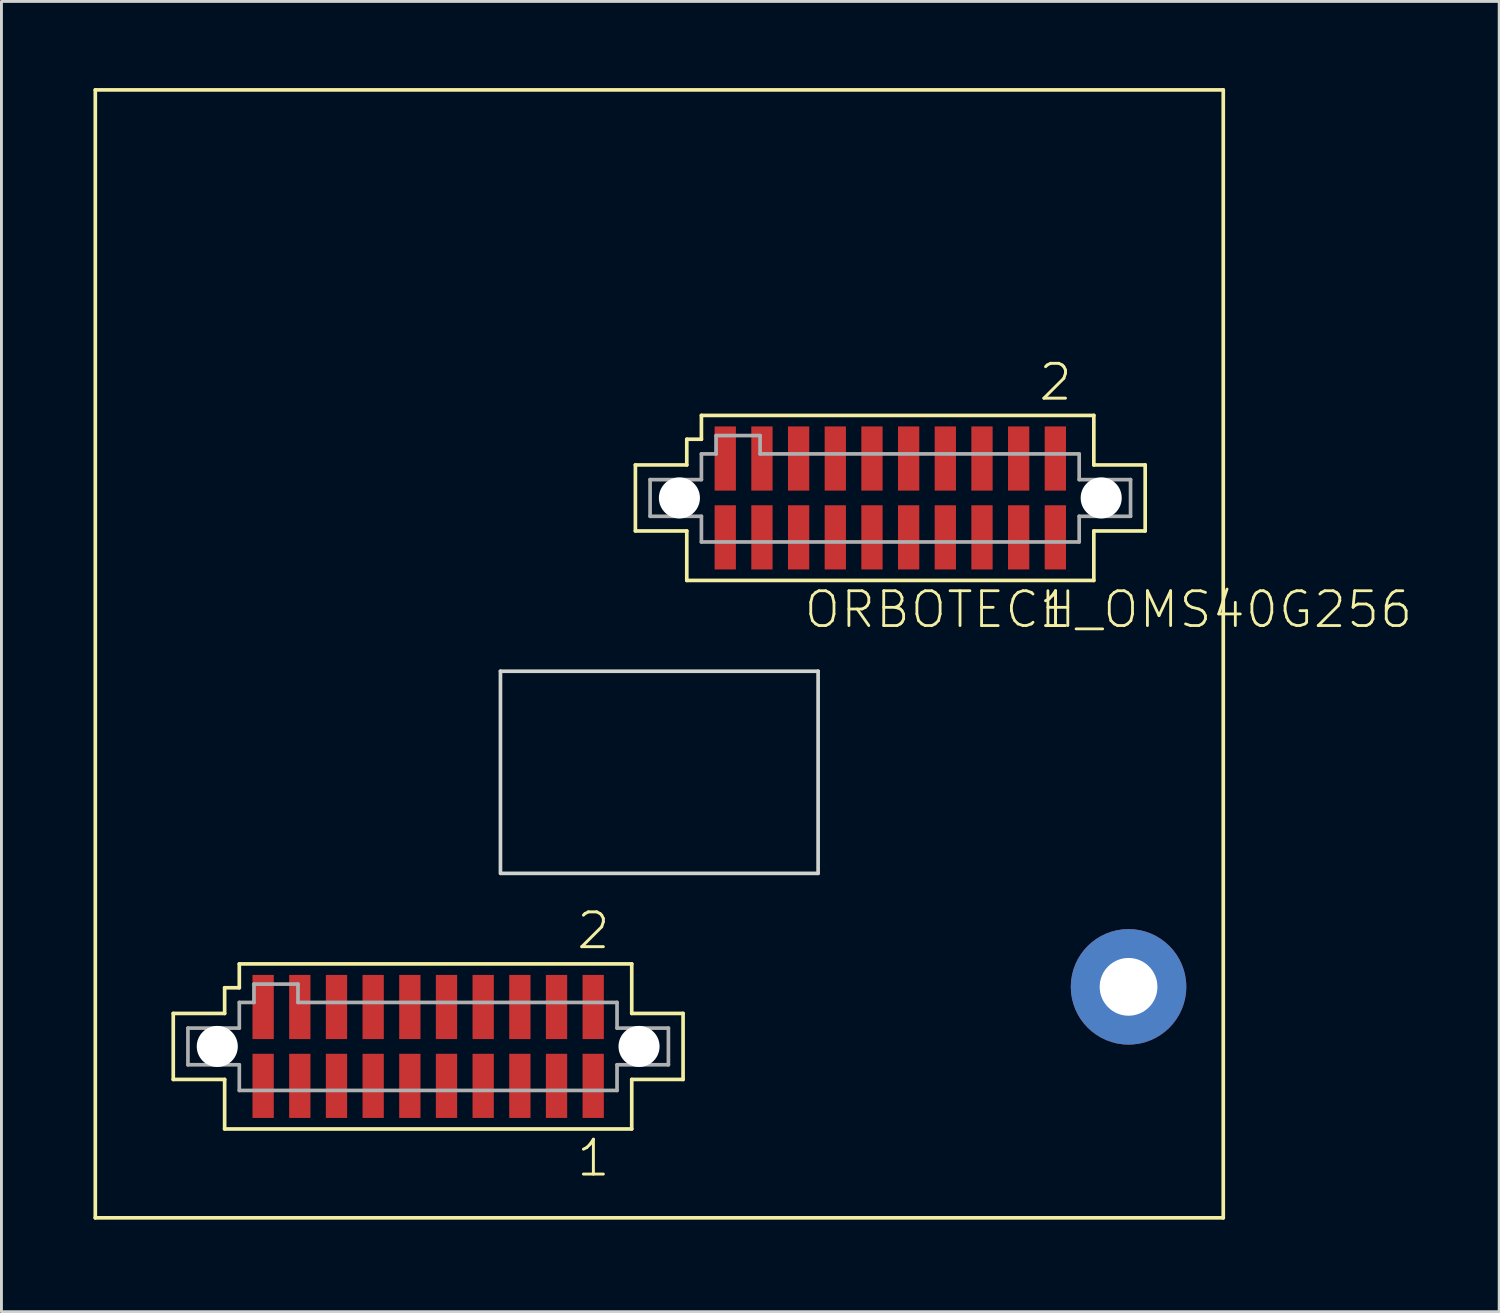
<source format=kicad_pcb>
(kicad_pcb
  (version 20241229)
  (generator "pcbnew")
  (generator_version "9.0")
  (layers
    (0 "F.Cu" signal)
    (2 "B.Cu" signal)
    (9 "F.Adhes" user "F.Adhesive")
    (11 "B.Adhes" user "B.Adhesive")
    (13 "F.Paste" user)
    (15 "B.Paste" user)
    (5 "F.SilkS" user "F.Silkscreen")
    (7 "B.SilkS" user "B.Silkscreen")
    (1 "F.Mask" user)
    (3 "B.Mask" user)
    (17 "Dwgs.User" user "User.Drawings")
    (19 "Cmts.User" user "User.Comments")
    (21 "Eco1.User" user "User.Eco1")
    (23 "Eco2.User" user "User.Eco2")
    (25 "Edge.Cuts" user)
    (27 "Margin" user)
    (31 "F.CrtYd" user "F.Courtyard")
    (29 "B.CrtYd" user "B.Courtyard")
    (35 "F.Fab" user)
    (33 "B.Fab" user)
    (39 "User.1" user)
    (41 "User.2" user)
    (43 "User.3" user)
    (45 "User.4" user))
  (footprint "ORBOTECH_OMS40G256"
    (layer "F.Cu")
    (at 0.25 39.123)
    (property "Reference" "ORBOTECH_OMS40G256" (at 24.482 -20.358 180) (layer "F.SilkS") (effects (font (size 1.206 1.206) (thickness 0.097)) (justify left bottom)))
    (attr through_hole)
    (fp_line (start 0 -39.06) (end 0 0) (stroke (width 0.127) (type solid)) (layer "F.SilkS"))
    (fp_line (start 0 0) (end 39.06 0) (stroke (width 0.127) (type solid)) (layer "F.SilkS"))
    (fp_line (start 2.7 -7.079) (end 4.479 -7.079) (stroke (width 0.127) (type solid)) (layer "F.SilkS"))
    (fp_line (start 2.7 -4.793) (end 2.7 -7.079) (stroke (width 0.127) (type solid)) (layer "F.SilkS"))
    (fp_line (start 4.479 -7.968) (end 4.987 -7.968) (stroke (width 0.127) (type solid)) (layer "F.SilkS"))
    (fp_line (start 4.479 -7.079) (end 4.479 -7.968) (stroke (width 0.127) (type solid)) (layer "F.SilkS"))
    (fp_line (start 4.479 -4.793) (end 2.7 -4.793) (stroke (width 0.127) (type solid)) (layer "F.SilkS"))
    (fp_line (start 4.479 -3.079) (end 4.479 -4.793) (stroke (width 0.127) (type solid)) (layer "F.SilkS"))
    (fp_line (start 4.987 -8.794) (end 18.576 -8.794) (stroke (width 0.127) (type solid)) (layer "F.SilkS"))
    (fp_line (start 4.987 -7.968) (end 4.987 -8.794) (stroke (width 0.127) (type solid)) (layer "F.SilkS"))
    (fp_line (start 18.576 -8.794) (end 18.576 -7.079) (stroke (width 0.127) (type solid)) (layer "F.SilkS"))
    (fp_line (start 18.576 -7.079) (end 20.354 -7.079) (stroke (width 0.127) (type solid)) (layer "F.SilkS"))
    (fp_line (start 18.576 -4.793) (end 18.576 -3.079) (stroke (width 0.127) (type solid)) (layer "F.SilkS"))
    (fp_line (start 18.576 -3.079) (end 4.479 -3.079) (stroke (width 0.127) (type solid)) (layer "F.SilkS"))
    (fp_line (start 18.703 -26.073) (end 20.482 -26.073) (stroke (width 0.127) (type solid)) (layer "F.SilkS"))
    (fp_line (start 18.703 -23.787) (end 18.703 -26.073) (stroke (width 0.127) (type solid)) (layer "F.SilkS"))
    (fp_line (start 20.354 -7.079) (end 20.354 -4.793) (stroke (width 0.127) (type solid)) (layer "F.SilkS"))
    (fp_line (start 20.354 -4.793) (end 18.576 -4.793) (stroke (width 0.127) (type solid)) (layer "F.SilkS"))
    (fp_line (start 20.482 -26.962) (end 20.989 -26.962) (stroke (width 0.127) (type solid)) (layer "F.SilkS"))
    (fp_line (start 20.482 -26.073) (end 20.482 -26.962) (stroke (width 0.127) (type solid)) (layer "F.SilkS"))
    (fp_line (start 20.482 -23.787) (end 18.703 -23.787) (stroke (width 0.127) (type solid)) (layer "F.SilkS"))
    (fp_line (start 20.482 -22.073) (end 20.482 -23.787) (stroke (width 0.127) (type solid)) (layer "F.SilkS"))
    (fp_line (start 20.989 -27.788) (end 34.578 -27.788) (stroke (width 0.127) (type solid)) (layer "F.SilkS"))
    (fp_line (start 20.989 -26.962) (end 20.989 -27.788) (stroke (width 0.127) (type solid)) (layer "F.SilkS"))
    (fp_line (start 34.578 -27.788) (end 34.578 -26.073) (stroke (width 0.127) (type solid)) (layer "F.SilkS"))
    (fp_line (start 34.578 -26.073) (end 36.356 -26.073) (stroke (width 0.127) (type solid)) (layer "F.SilkS"))
    (fp_line (start 34.578 -23.787) (end 34.578 -22.073) (stroke (width 0.127) (type solid)) (layer "F.SilkS"))
    (fp_line (start 34.578 -22.073) (end 20.482 -22.073) (stroke (width 0.127) (type solid)) (layer "F.SilkS"))
    (fp_line (start 36.356 -26.073) (end 36.356 -23.787) (stroke (width 0.127) (type solid)) (layer "F.SilkS"))
    (fp_line (start 36.356 -23.787) (end 34.578 -23.787) (stroke (width 0.127) (type solid)) (layer "F.SilkS"))
    (fp_line (start 39.06 -39.06) (end 0 -39.06) (stroke (width 0.127) (type solid)) (layer "F.SilkS"))
    (fp_line (start 39.06 0) (end 39.06 -39.06) (stroke (width 0.127) (type solid)) (layer "F.SilkS"))
    (fp_line (start 14.03 -18.93) (end 14.03 -11.93) (stroke (width 0.127) (type solid)) (layer "Edge.Cuts"))
    (fp_line (start 14.03 -18.93) (end 25.03 -18.93) (stroke (width 0.127) (type solid)) (layer "Edge.Cuts"))
    (fp_line (start 14.04 -11.93) (end 25.03 -11.93) (stroke (width 0.127) (type solid)) (layer "Edge.Cuts"))
    (fp_line (start 25.03 -18.93) (end 25.03 -11.93) (stroke (width 0.127) (type solid)) (layer "Edge.Cuts"))
    (fp_line (start 25.03 -11.93) (end 25.04 -11.93) (stroke (width 0.05) (type solid)) (layer "Edge.Cuts"))
    (fp_line (start 3.208 -6.571) (end 4.987 -6.571) (stroke (width 0.127) (type solid)) (layer "F.Fab"))
    (fp_line (start 3.208 -5.301) (end 3.208 -6.571) (stroke (width 0.127) (type solid)) (layer "F.Fab"))
    (fp_line (start 4.987 -7.46) (end 5.495 -7.46) (stroke (width 0.127) (type solid)) (layer "F.Fab"))
    (fp_line (start 4.987 -6.571) (end 4.987 -7.46) (stroke (width 0.127) (type solid)) (layer "F.Fab"))
    (fp_line (start 4.987 -5.301) (end 3.208 -5.301) (stroke (width 0.127) (type solid)) (layer "F.Fab"))
    (fp_line (start 4.987 -4.412) (end 4.987 -5.301) (stroke (width 0.127) (type solid)) (layer "F.Fab"))
    (fp_line (start 5.495 -8.095) (end 7.019 -8.095) (stroke (width 0.127) (type solid)) (layer "F.Fab"))
    (fp_line (start 5.495 -7.46) (end 5.495 -8.095) (stroke (width 0.127) (type solid)) (layer "F.Fab"))
    (fp_line (start 7.019 -8.095) (end 7.019 -7.46) (stroke (width 0.127) (type solid)) (layer "F.Fab"))
    (fp_line (start 7.019 -7.46) (end 18.067 -7.46) (stroke (width 0.127) (type solid)) (layer "F.Fab"))
    (fp_line (start 18.067 -7.46) (end 18.067 -6.571) (stroke (width 0.127) (type solid)) (layer "F.Fab"))
    (fp_line (start 18.067 -6.571) (end 19.846 -6.571) (stroke (width 0.127) (type solid)) (layer "F.Fab"))
    (fp_line (start 18.067 -5.301) (end 18.067 -4.412) (stroke (width 0.127) (type solid)) (layer "F.Fab"))
    (fp_line (start 18.067 -4.412) (end 4.987 -4.412) (stroke (width 0.127) (type solid)) (layer "F.Fab"))
    (fp_line (start 19.212 -25.565) (end 20.989 -25.565) (stroke (width 0.127) (type solid)) (layer "F.Fab"))
    (fp_line (start 19.212 -24.295) (end 19.212 -25.565) (stroke (width 0.127) (type solid)) (layer "F.Fab"))
    (fp_line (start 19.846 -6.571) (end 19.846 -5.301) (stroke (width 0.127) (type solid)) (layer "F.Fab"))
    (fp_line (start 19.846 -5.301) (end 18.067 -5.301) (stroke (width 0.127) (type solid)) (layer "F.Fab"))
    (fp_line (start 20.989 -26.454) (end 21.497 -26.454) (stroke (width 0.127) (type solid)) (layer "F.Fab"))
    (fp_line (start 20.989 -25.565) (end 20.989 -26.454) (stroke (width 0.127) (type solid)) (layer "F.Fab"))
    (fp_line (start 20.989 -24.295) (end 19.212 -24.295) (stroke (width 0.127) (type solid)) (layer "F.Fab"))
    (fp_line (start 20.989 -23.406) (end 20.989 -24.295) (stroke (width 0.127) (type solid)) (layer "F.Fab"))
    (fp_line (start 21.497 -27.089) (end 23.021 -27.089) (stroke (width 0.127) (type solid)) (layer "F.Fab"))
    (fp_line (start 21.497 -26.454) (end 21.497 -27.089) (stroke (width 0.127) (type solid)) (layer "F.Fab"))
    (fp_line (start 23.021 -27.089) (end 23.021 -26.454) (stroke (width 0.127) (type solid)) (layer "F.Fab"))
    (fp_line (start 23.021 -26.454) (end 34.071 -26.454) (stroke (width 0.127) (type solid)) (layer "F.Fab"))
    (fp_line (start 34.071 -26.454) (end 34.071 -25.565) (stroke (width 0.127) (type solid)) (layer "F.Fab"))
    (fp_line (start 34.071 -25.565) (end 35.849 -25.565) (stroke (width 0.127) (type solid)) (layer "F.Fab"))
    (fp_line (start 34.071 -24.295) (end 34.071 -23.406) (stroke (width 0.127) (type solid)) (layer "F.Fab"))
    (fp_line (start 34.071 -23.406) (end 20.989 -23.406) (stroke (width 0.127) (type solid)) (layer "F.Fab"))
    (fp_line (start 35.849 -25.565) (end 35.849 -24.295) (stroke (width 0.127) (type solid)) (layer "F.Fab"))
    (fp_line (start 35.849 -24.295) (end 34.071 -24.295) (stroke (width 0.127) (type solid)) (layer "F.Fab"))
    (fp_text user "2" (at 16.607 -9.238 0) (layer "F.SilkS") (effects (font (size 1.206 1.206) (thickness 0.102)) (justify left bottom)))
    (fp_text user "1" (at 32.61 -20.358 0) (layer "F.SilkS") (effects (font (size 1.206 1.206) (thickness 0.102)) (justify left bottom)))
    (fp_text user "1" (at 16.607 -1.364 0) (layer "F.SilkS") (effects (font (size 1.206 1.206) (thickness 0.102)) (justify left bottom)))
    (fp_text user "2" (at 32.61 -28.232 0) (layer "F.SilkS") (effects (font (size 1.206 1.206) (thickness 0.102)) (justify left bottom)))
    (pad "" np_thru_hole circle (at 4.224 -5.936) (size 1.422 1.422) (drill 1.422) (layers "*.Cu" "*.Mask"))
    (pad "" np_thru_hole circle (at 18.829 -5.936) (size 1.422 1.422) (drill 1.422) (layers "*.Cu" "*.Mask"))
    (pad "" np_thru_hole circle (at 20.227 -24.93) (size 1.422 1.422) (drill 1.422) (layers "*.Cu" "*.Mask"))
    (pad "" np_thru_hole circle (at 34.833 -24.93) (size 1.422 1.422) (drill 1.422) (layers "*.Cu" "*.Mask"))
    (pad "1" smd rect (at 5.812 -7.302) (size 0.737 2.222) (layers "F.Cu" "F.Mask" "F.Paste"))
    (pad "2" smd rect (at 5.812 -4.571) (size 0.737 2.222) (layers "F.Cu" "F.Mask" "F.Paste"))
    (pad "3" smd rect (at 7.082 -7.302) (size 0.737 2.222) (layers "F.Cu" "F.Mask" "F.Paste"))
    (pad "4" smd rect (at 7.082 -4.571) (size 0.737 2.222) (layers "F.Cu" "F.Mask" "F.Paste"))
    (pad "5" smd rect (at 8.352 -7.302) (size 0.737 2.222) (layers "F.Cu" "F.Mask" "F.Paste"))
    (pad "6" smd rect (at 8.352 -4.571) (size 0.737 2.222) (layers "F.Cu" "F.Mask" "F.Paste"))
    (pad "7" smd rect (at 9.622 -7.302) (size 0.737 2.222) (layers "F.Cu" "F.Mask" "F.Paste"))
    (pad "8" smd rect (at 9.622 -4.571) (size 0.737 2.222) (layers "F.Cu" "F.Mask" "F.Paste"))
    (pad "9" smd rect (at 10.892 -7.302) (size 0.737 2.222) (layers "F.Cu" "F.Mask" "F.Paste"))
    (pad "10" smd rect (at 10.892 -4.571) (size 0.737 2.222) (layers "F.Cu" "F.Mask" "F.Paste"))
    (pad "11" smd rect (at 12.162 -7.302) (size 0.737 2.222) (layers "F.Cu" "F.Mask" "F.Paste"))
    (pad "12" smd rect (at 12.162 -4.571) (size 0.737 2.222) (layers "F.Cu" "F.Mask" "F.Paste"))
    (pad "13" smd rect (at 13.432 -7.302) (size 0.737 2.222) (layers "F.Cu" "F.Mask" "F.Paste"))
    (pad "14" smd rect (at 13.432 -4.571) (size 0.737 2.222) (layers "F.Cu" "F.Mask" "F.Paste"))
    (pad "15" smd rect (at 14.702 -7.302) (size 0.737 2.222) (layers "F.Cu" "F.Mask" "F.Paste"))
    (pad "16" smd rect (at 14.702 -4.571) (size 0.737 2.222) (layers "F.Cu" "F.Mask" "F.Paste"))
    (pad "17" smd rect (at 15.972 -7.302) (size 0.737 2.222) (layers "F.Cu" "F.Mask" "F.Paste"))
    (pad "18" smd rect (at 15.972 -4.571) (size 0.737 2.222) (layers "F.Cu" "F.Mask" "F.Paste"))
    (pad "19" smd rect (at 17.242 -7.302) (size 0.737 2.222) (layers "F.Cu" "F.Mask" "F.Paste"))
    (pad "20" smd rect (at 17.242 -4.571) (size 0.737 2.222) (layers "F.Cu" "F.Mask" "F.Paste"))
    (pad "21" smd rect (at 21.815 -26.295) (size 0.737 2.222) (layers "F.Cu" "F.Mask" "F.Paste"))
    (pad "22" smd rect (at 21.815 -23.565) (size 0.737 2.222) (layers "F.Cu" "F.Mask" "F.Paste"))
    (pad "23" smd rect (at 23.085 -26.295) (size 0.737 2.222) (layers "F.Cu" "F.Mask" "F.Paste"))
    (pad "24" smd rect (at 23.085 -23.565) (size 0.737 2.222) (layers "F.Cu" "F.Mask" "F.Paste"))
    (pad "25" smd rect (at 24.355 -26.295) (size 0.737 2.222) (layers "F.Cu" "F.Mask" "F.Paste"))
    (pad "26" smd rect (at 24.355 -23.565) (size 0.737 2.222) (layers "F.Cu" "F.Mask" "F.Paste"))
    (pad "27" smd rect (at 25.625 -26.295) (size 0.737 2.222) (layers "F.Cu" "F.Mask" "F.Paste"))
    (pad "28" smd rect (at 25.625 -23.565) (size 0.737 2.222) (layers "F.Cu" "F.Mask" "F.Paste"))
    (pad "29" smd rect (at 26.895 -26.295) (size 0.737 2.222) (layers "F.Cu" "F.Mask" "F.Paste"))
    (pad "30" smd rect (at 26.895 -23.565) (size 0.737 2.222) (layers "F.Cu" "F.Mask" "F.Paste"))
    (pad "31" smd rect (at 28.165 -26.295) (size 0.737 2.222) (layers "F.Cu" "F.Mask" "F.Paste"))
    (pad "32" smd rect (at 28.165 -23.565) (size 0.737 2.222) (layers "F.Cu" "F.Mask" "F.Paste"))
    (pad "33" smd rect (at 29.435 -26.295) (size 0.737 2.222) (layers "F.Cu" "F.Mask" "F.Paste"))
    (pad "34" smd rect (at 29.435 -23.565) (size 0.737 2.222) (layers "F.Cu" "F.Mask" "F.Paste"))
    (pad "35" smd rect (at 30.705 -26.295) (size 0.737 2.222) (layers "F.Cu" "F.Mask" "F.Paste"))
    (pad "36" smd rect (at 30.705 -23.565) (size 0.737 2.222) (layers "F.Cu" "F.Mask" "F.Paste"))
    (pad "37" smd rect (at 31.975 -26.295) (size 0.737 2.222) (layers "F.Cu" "F.Mask" "F.Paste"))
    (pad "38" smd rect (at 31.975 -23.565) (size 0.737 2.222) (layers "F.Cu" "F.Mask" "F.Paste"))
    (pad "39" smd rect (at 33.245 -26.295) (size 0.737 2.222) (layers "F.Cu" "F.Mask" "F.Paste"))
    (pad "40" smd rect (at 33.245 -23.565) (size 0.737 2.222) (layers "F.Cu" "F.Mask" "F.Paste"))
    (pad "41" thru_hole circle (at 35.78 -8) (size 4 4) (drill 2) (layers "*.Cu" "*.Mask")))
  (gr_rect
    (start -3 -3)
    (end 48.865 42.373)
    (stroke (width 0.1) (type default))
    (fill no)
    (layer "Edge.Cuts")))
</source>
